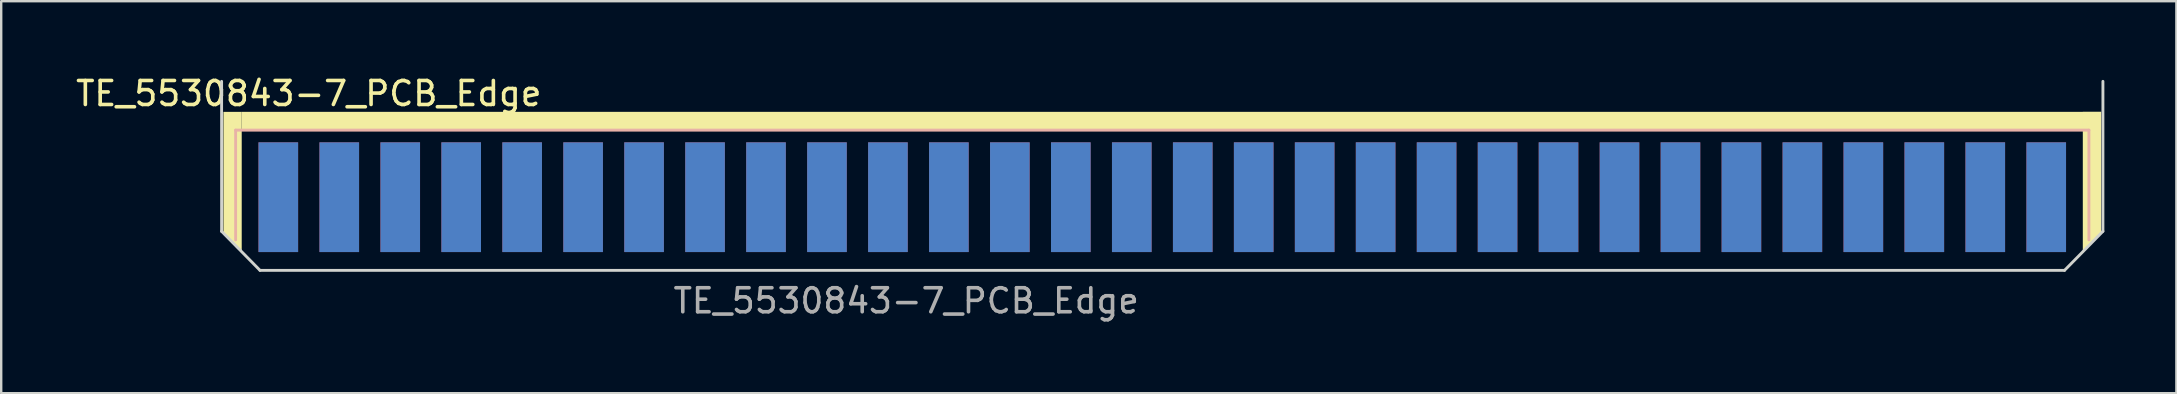
<source format=kicad_pcb>
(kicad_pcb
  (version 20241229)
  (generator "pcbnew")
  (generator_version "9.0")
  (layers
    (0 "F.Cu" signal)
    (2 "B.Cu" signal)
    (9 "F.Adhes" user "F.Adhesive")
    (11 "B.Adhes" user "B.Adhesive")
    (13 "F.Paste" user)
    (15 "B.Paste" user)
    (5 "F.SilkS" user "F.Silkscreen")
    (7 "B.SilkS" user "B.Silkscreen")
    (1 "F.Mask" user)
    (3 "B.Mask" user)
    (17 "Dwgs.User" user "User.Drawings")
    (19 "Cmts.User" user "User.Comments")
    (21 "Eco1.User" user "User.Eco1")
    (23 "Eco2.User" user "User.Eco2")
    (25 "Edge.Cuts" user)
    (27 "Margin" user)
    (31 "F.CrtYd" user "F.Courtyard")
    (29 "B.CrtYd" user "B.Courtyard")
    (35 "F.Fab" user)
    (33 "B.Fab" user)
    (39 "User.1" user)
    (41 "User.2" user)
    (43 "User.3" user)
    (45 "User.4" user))
  (footprint "TE_5530843-7_PCB_Edge"
    (layer "F.Cu")
    (at 45.375 8.214)
    (property "Reference" "TE_5530843-7_PCB_Edge" (at -35.56 -7.366 0) (unlocked yes) (layer "F.SilkS") (effects (font (size 1 1) (thickness 0.15))))
    (fp_line (start 38.608 -5.842) (end 38.608 -1.27) (stroke (width 0.12) (type default)) (layer "F.SilkS"))
    (fp_rect (start -38.354 -6.604) (end 39.116 -5.842) (stroke (width 0) (type solid)) (fill yes) (layer "F.SilkS"))
    (fp_poly (pts (xy -38.354 -0.762) (xy -39.116 -1.524) (xy -39.116 -6.604) (xy -38.354 -6.604) (xy -38.354 -5.842)) (stroke (width 0) (type solid)) (fill yes) (layer "F.SilkS"))
    (fp_poly (pts (xy 38.354 -0.762) (xy 39.116 -1.524) (xy 39.116 -6.604) (xy 38.354 -6.604) (xy 38.354 -5.842)) (stroke (width 0) (type solid)) (fill yes) (layer "F.SilkS"))
    (fp_line (start -38.608 -5.842) (end 38.608 -5.842) (stroke (width 0.12) (type default)) (layer "B.SilkS"))
    (fp_line (start -38.608 -1.27) (end -38.608 -5.842) (stroke (width 0.12) (type default)) (layer "B.SilkS"))
    (fp_line (start 38.608 -5.842) (end 38.608 -1.27) (stroke (width 0.12) (type default)) (layer "B.SilkS"))
    (fp_line (start -39.192 -1.626) (end -39.192 -7.874) (stroke (width 0.12) (type default)) (layer "Edge.Cuts"))
    (fp_line (start -37.592 0) (end -39.192 -1.626) (stroke (width 0.12) (type default)) (layer "Edge.Cuts"))
    (fp_line (start 37.592 0) (end -37.592 0) (stroke (width 0.12) (type default)) (layer "Edge.Cuts"))
    (fp_line (start 39.192 -7.874) (end 39.192 -1.626) (stroke (width 0.12) (type default)) (layer "Edge.Cuts"))
    (fp_line (start 39.192 -1.626) (end 37.592 0) (stroke (width 0.12) (type default)) (layer "Edge.Cuts"))
    (fp_text user "${REFERENCE}" (at -10.668 1.27 0) (unlocked yes) (layer "F.Fab") (effects (font (size 1 1) (thickness 0.15))))
    (pad "1" smd rect (at -36.83 -3.048) (size 1.651 4.572) (layers "B.Cu" "B.Mask" "B.Paste"))
    (pad "2" smd rect (at -36.83 -3.048) (size 1.651 4.572) (layers "F.Cu" "F.Mask" "F.Paste"))
    (pad "3" smd rect (at -34.29 -3.048) (size 1.651 4.572) (layers "B.Cu" "B.Mask" "B.Paste"))
    (pad "4" smd rect (at -34.29 -3.048) (size 1.651 4.572) (layers "F.Cu" "F.Mask" "F.Paste"))
    (pad "5" smd rect (at -31.75 -3.048) (size 1.651 4.572) (layers "B.Cu" "B.Mask" "B.Paste"))
    (pad "6" smd rect (at -31.75 -3.048) (size 1.651 4.572) (layers "F.Cu" "F.Mask" "F.Paste"))
    (pad "7" smd rect (at -29.21 -3.048) (size 1.651 4.572) (layers "B.Cu" "B.Mask" "B.Paste"))
    (pad "8" smd rect (at -29.21 -3.048) (size 1.651 4.572) (layers "F.Cu" "F.Mask" "F.Paste"))
    (pad "9" smd rect (at -26.67 -3.048) (size 1.651 4.572) (layers "B.Cu" "B.Mask" "B.Paste"))
    (pad "10" smd rect (at -26.67 -3.048) (size 1.651 4.572) (layers "F.Cu" "F.Mask" "F.Paste"))
    (pad "11" smd rect (at -24.13 -3.048) (size 1.651 4.572) (layers "B.Cu" "B.Mask" "B.Paste"))
    (pad "12" smd rect (at -24.13 -3.048) (size 1.651 4.572) (layers "F.Cu" "F.Mask" "F.Paste"))
    (pad "13" smd rect (at -21.59 -3.048) (size 1.651 4.572) (layers "B.Cu" "B.Mask" "B.Paste"))
    (pad "14" smd rect (at -21.59 -3.048) (size 1.651 4.572) (layers "F.Cu" "F.Mask" "F.Paste"))
    (pad "15" smd rect (at -19.05 -3.048) (size 1.651 4.572) (layers "B.Cu" "B.Mask" "B.Paste"))
    (pad "16" smd rect (at -19.05 -3.048) (size 1.651 4.572) (layers "F.Cu" "F.Mask" "F.Paste"))
    (pad "17" smd rect (at -16.51 -3.048) (size 1.651 4.572) (layers "B.Cu" "B.Mask" "B.Paste"))
    (pad "18" smd rect (at -16.51 -3.048) (size 1.651 4.572) (layers "F.Cu" "F.Mask" "F.Paste"))
    (pad "19" smd rect (at -13.97 -3.048) (size 1.651 4.572) (layers "B.Cu" "B.Mask" "B.Paste"))
    (pad "20" smd rect (at -13.97 -3.048) (size 1.651 4.572) (layers "F.Cu" "F.Mask" "F.Paste"))
    (pad "21" smd rect (at -11.43 -3.048) (size 1.651 4.572) (layers "B.Cu" "B.Mask" "B.Paste"))
    (pad "22" smd rect (at -11.43 -3.048) (size 1.651 4.572) (layers "F.Cu" "F.Mask" "F.Paste"))
    (pad "23" smd rect (at -8.89 -3.048) (size 1.651 4.572) (layers "B.Cu" "B.Mask" "B.Paste"))
    (pad "24" smd rect (at -8.89 -3.048) (size 1.651 4.572) (layers "F.Cu" "F.Mask" "F.Paste"))
    (pad "25" smd rect (at -6.35 -3.048) (size 1.651 4.572) (layers "B.Cu" "B.Mask" "B.Paste"))
    (pad "26" smd rect (at -6.35 -3.048) (size 1.651 4.572) (layers "F.Cu" "F.Mask" "F.Paste"))
    (pad "27" smd rect (at -3.81 -3.048) (size 1.651 4.572) (layers "B.Cu" "B.Mask" "B.Paste"))
    (pad "28" smd rect (at -3.81 -3.048) (size 1.651 4.572) (layers "F.Cu" "F.Mask" "F.Paste"))
    (pad "29" smd rect (at -1.27 -3.048) (size 1.651 4.572) (layers "B.Cu" "B.Mask" "B.Paste"))
    (pad "30" smd rect (at -1.27 -3.048) (size 1.651 4.572) (layers "F.Cu" "F.Mask" "F.Paste"))
    (pad "31" smd rect (at 1.27 -3.048) (size 1.651 4.572) (layers "B.Cu" "B.Mask" "B.Paste"))
    (pad "32" smd rect (at 1.27 -3.048) (size 1.651 4.572) (layers "F.Cu" "F.Mask" "F.Paste"))
    (pad "33" smd rect (at 3.81 -3.048) (size 1.651 4.572) (layers "B.Cu" "B.Mask" "B.Paste"))
    (pad "34" smd rect (at 3.81 -3.048) (size 1.651 4.572) (layers "F.Cu" "F.Mask" "F.Paste"))
    (pad "35" smd rect (at 6.35 -3.048) (size 1.651 4.572) (layers "B.Cu" "B.Mask" "B.Paste"))
    (pad "36" smd rect (at 6.35 -3.048) (size 1.651 4.572) (layers "F.Cu" "F.Mask" "F.Paste"))
    (pad "37" smd rect (at 8.89 -3.048) (size 1.651 4.572) (layers "B.Cu" "B.Mask" "B.Paste"))
    (pad "38" smd rect (at 8.89 -3.048) (size 1.651 4.572) (layers "F.Cu" "F.Mask" "F.Paste"))
    (pad "39" smd rect (at 11.43 -3.048) (size 1.651 4.572) (layers "B.Cu" "B.Mask" "B.Paste"))
    (pad "40" smd rect (at 11.43 -3.048) (size 1.651 4.572) (layers "F.Cu" "F.Mask" "F.Paste"))
    (pad "41" smd rect (at 13.97 -3.048) (size 1.651 4.572) (layers "B.Cu" "B.Mask" "B.Paste"))
    (pad "42" smd rect (at 13.97 -3.048) (size 1.651 4.572) (layers "F.Cu" "F.Mask" "F.Paste"))
    (pad "43" smd rect (at 16.51 -3.048) (size 1.651 4.572) (layers "B.Cu" "B.Mask" "B.Paste"))
    (pad "44" smd rect (at 16.51 -3.048) (size 1.651 4.572) (layers "F.Cu" "F.Mask" "F.Paste"))
    (pad "45" smd rect (at 19.05 -3.048) (size 1.651 4.572) (layers "B.Cu" "B.Mask" "B.Paste"))
    (pad "46" smd rect (at 19.05 -3.048) (size 1.651 4.572) (layers "F.Cu" "F.Mask" "F.Paste"))
    (pad "47" smd rect (at 21.59 -3.048) (size 1.651 4.572) (layers "B.Cu" "B.Mask" "B.Paste"))
    (pad "48" smd rect (at 21.59 -3.048) (size 1.651 4.572) (layers "F.Cu" "F.Mask" "F.Paste"))
    (pad "49" smd rect (at 24.13 -3.048) (size 1.651 4.572) (layers "B.Cu" "B.Mask" "B.Paste"))
    (pad "50" smd rect (at 24.13 -3.048) (size 1.651 4.572) (layers "F.Cu" "F.Mask" "F.Paste"))
    (pad "51" smd rect (at 26.67 -3.048) (size 1.651 4.572) (layers "B.Cu" "B.Mask" "B.Paste"))
    (pad "52" smd rect (at 26.67 -3.048) (size 1.651 4.572) (layers "F.Cu" "F.Mask" "F.Paste"))
    (pad "53" smd rect (at 29.21 -3.048) (size 1.651 4.572) (layers "B.Cu" "B.Mask" "B.Paste"))
    (pad "54" smd rect (at 29.21 -3.048) (size 1.651 4.572) (layers "F.Cu" "F.Mask" "F.Paste"))
    (pad "55" smd rect (at 31.75 -3.048) (size 1.651 4.572) (layers "B.Cu" "B.Mask" "B.Paste"))
    (pad "56" smd rect (at 31.75 -3.048) (size 1.651 4.572) (layers "F.Cu" "F.Mask" "F.Paste"))
    (pad "57" smd rect (at 34.29 -3.048) (size 1.651 4.572) (layers "B.Cu" "B.Mask" "B.Paste"))
    (pad "58" smd rect (at 34.29 -3.048) (size 1.651 4.572) (layers "F.Cu" "F.Mask" "F.Paste"))
    (pad "59" smd rect (at 36.83 -3.048) (size 1.651 4.572) (layers "B.Cu" "B.Mask" "B.Paste"))
    (pad "60" smd rect (at 36.83 -3.048) (size 1.651 4.572) (layers "F.Cu" "F.Mask" "F.Paste")))
  (gr_rect
    (start -3 -3)
    (end 87.628 13.332)
    (stroke (width 0.1) (type default))
    (fill no)
    (layer "Edge.Cuts")))
</source>
